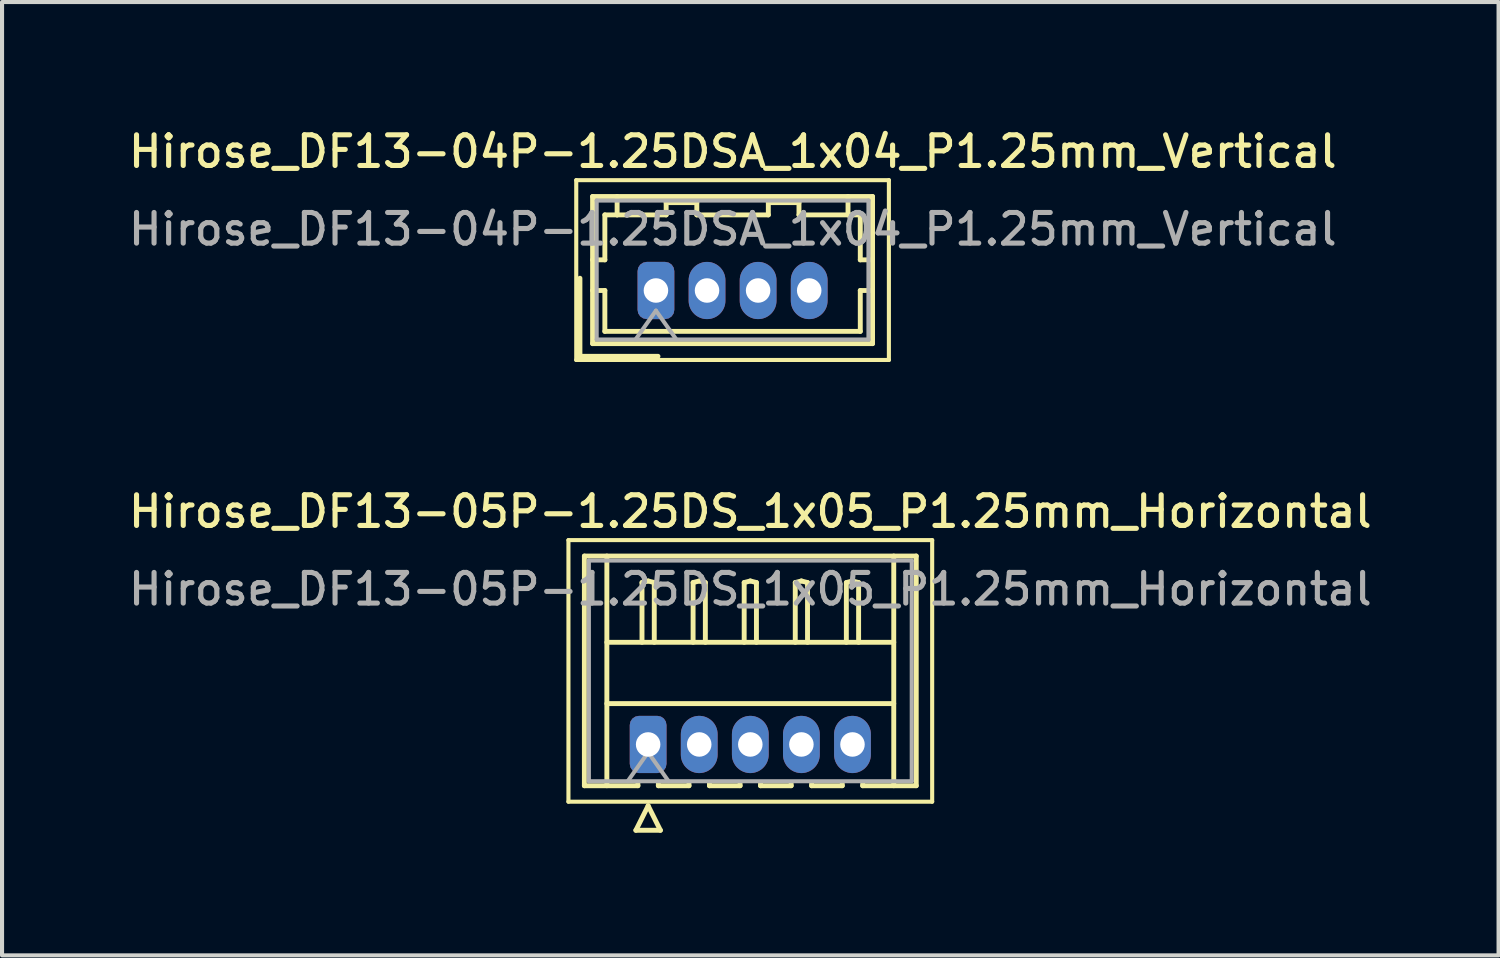
<source format=kicad_pcb>
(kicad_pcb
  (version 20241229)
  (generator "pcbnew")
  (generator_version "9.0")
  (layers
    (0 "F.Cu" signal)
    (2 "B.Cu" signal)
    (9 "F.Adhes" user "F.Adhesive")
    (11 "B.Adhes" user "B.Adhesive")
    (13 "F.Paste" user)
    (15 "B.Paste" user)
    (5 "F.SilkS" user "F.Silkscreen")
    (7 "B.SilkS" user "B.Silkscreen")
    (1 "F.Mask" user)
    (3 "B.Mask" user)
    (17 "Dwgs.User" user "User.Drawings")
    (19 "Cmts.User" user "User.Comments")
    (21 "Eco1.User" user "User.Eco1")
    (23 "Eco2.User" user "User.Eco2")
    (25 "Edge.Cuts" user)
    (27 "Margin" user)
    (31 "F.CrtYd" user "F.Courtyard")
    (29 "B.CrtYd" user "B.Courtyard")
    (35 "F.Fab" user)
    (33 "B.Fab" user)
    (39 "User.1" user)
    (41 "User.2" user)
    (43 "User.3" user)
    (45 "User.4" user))
  (footprint "Hirose_DF13-05P-1.25DS_1x05_P1.25mm_Horizontal"
    (layer "F.Cu")
    (at 12.809 15.166)
    (property "Reference" "Hirose_DF13-05P-1.25DS_1x05_P1.25mm_Horizontal" (at 2.5 -5.7 0) (layer "F.SilkS") (effects (font (size 0.75 0.75) (thickness 0.125))))
    (attr through_hole)
    (fp_line (start -1.95 -5) (end -1.95 1.4) (stroke (width 0.1) (type solid)) (layer "F.SilkS"))
    (fp_line (start -1.95 1.4) (end 6.95 1.4) (stroke (width 0.1) (type solid)) (layer "F.SilkS"))
    (fp_line (start -1.56 -4.61) (end 6.56 -4.61) (stroke (width 0.12) (type solid)) (layer "F.SilkS"))
    (fp_line (start -1.56 1.01) (end -1.56 -4.61) (stroke (width 0.12) (type solid)) (layer "F.SilkS"))
    (fp_line (start -1.01 -4.61) (end -1.01 1.01) (stroke (width 0.12) (type solid)) (layer "F.SilkS"))
    (fp_line (start -1.01 -2.5) (end 6.01 -2.5) (stroke (width 0.12) (type solid)) (layer "F.SilkS"))
    (fp_line (start -1.01 -1) (end 6.01 -1) (stroke (width 0.12) (type solid)) (layer "F.SilkS"))
    (fp_line (start -0.3 2.1) (end 0.3 2.1) (stroke (width 0.12) (type solid)) (layer "F.SilkS"))
    (fp_line (start -0.25 0.96) (end -0.25 1.01) (stroke (width 0.12) (type solid)) (layer "F.SilkS"))
    (fp_line (start -0.25 1.01) (end -1.56 1.01) (stroke (width 0.12) (type solid)) (layer "F.SilkS"))
    (fp_line (start -0.15 -3.962) (end 0 -4) (stroke (width 0.12) (type solid)) (layer "F.SilkS"))
    (fp_line (start -0.15 -2.5) (end -0.15 -3.962) (stroke (width 0.12) (type solid)) (layer "F.SilkS"))
    (fp_line (start 0 -4) (end 0.15 -3.962) (stroke (width 0.12) (type solid)) (layer "F.SilkS"))
    (fp_line (start 0 1.5) (end -0.3 2.1) (stroke (width 0.12) (type solid)) (layer "F.SilkS"))
    (fp_line (start 0.15 -3.962) (end 0.15 -2.5) (stroke (width 0.12) (type solid)) (layer "F.SilkS"))
    (fp_line (start 0.25 0.96) (end 0.25 1.01) (stroke (width 0.12) (type solid)) (layer "F.SilkS"))
    (fp_line (start 0.25 1.01) (end 1 1.01) (stroke (width 0.12) (type solid)) (layer "F.SilkS"))
    (fp_line (start 0.3 2.1) (end 0 1.5) (stroke (width 0.12) (type solid)) (layer "F.SilkS"))
    (fp_line (start 1 1.01) (end 1 0.96) (stroke (width 0.12) (type solid)) (layer "F.SilkS"))
    (fp_line (start 1.1 -3.962) (end 1.25 -4) (stroke (width 0.12) (type solid)) (layer "F.SilkS"))
    (fp_line (start 1.1 -2.5) (end 1.1 -3.962) (stroke (width 0.12) (type solid)) (layer "F.SilkS"))
    (fp_line (start 1.25 -4) (end 1.4 -3.962) (stroke (width 0.12) (type solid)) (layer "F.SilkS"))
    (fp_line (start 1.4 -3.962) (end 1.4 -2.5) (stroke (width 0.12) (type solid)) (layer "F.SilkS"))
    (fp_line (start 1.5 0.96) (end 1.5 1.01) (stroke (width 0.12) (type solid)) (layer "F.SilkS"))
    (fp_line (start 1.5 1.01) (end 2.25 1.01) (stroke (width 0.12) (type solid)) (layer "F.SilkS"))
    (fp_line (start 2.25 1.01) (end 2.25 0.96) (stroke (width 0.12) (type solid)) (layer "F.SilkS"))
    (fp_line (start 2.35 -3.962) (end 2.5 -4) (stroke (width 0.12) (type solid)) (layer "F.SilkS"))
    (fp_line (start 2.35 -2.5) (end 2.35 -3.962) (stroke (width 0.12) (type solid)) (layer "F.SilkS"))
    (fp_line (start 2.5 -4) (end 2.65 -3.962) (stroke (width 0.12) (type solid)) (layer "F.SilkS"))
    (fp_line (start 2.65 -3.962) (end 2.65 -2.5) (stroke (width 0.12) (type solid)) (layer "F.SilkS"))
    (fp_line (start 2.75 0.96) (end 2.75 1.01) (stroke (width 0.12) (type solid)) (layer "F.SilkS"))
    (fp_line (start 2.75 1.01) (end 3.5 1.01) (stroke (width 0.12) (type solid)) (layer "F.SilkS"))
    (fp_line (start 3.5 1.01) (end 3.5 0.96) (stroke (width 0.12) (type solid)) (layer "F.SilkS"))
    (fp_line (start 3.6 -3.962) (end 3.75 -4) (stroke (width 0.12) (type solid)) (layer "F.SilkS"))
    (fp_line (start 3.6 -2.5) (end 3.6 -3.962) (stroke (width 0.12) (type solid)) (layer "F.SilkS"))
    (fp_line (start 3.75 -4) (end 3.9 -3.962) (stroke (width 0.12) (type solid)) (layer "F.SilkS"))
    (fp_line (start 3.9 -3.962) (end 3.9 -2.5) (stroke (width 0.12) (type solid)) (layer "F.SilkS"))
    (fp_line (start 4 0.96) (end 4 1.01) (stroke (width 0.12) (type solid)) (layer "F.SilkS"))
    (fp_line (start 4 1.01) (end 4.75 1.01) (stroke (width 0.12) (type solid)) (layer "F.SilkS"))
    (fp_line (start 4.75 1.01) (end 4.75 0.96) (stroke (width 0.12) (type solid)) (layer "F.SilkS"))
    (fp_line (start 4.85 -3.962) (end 5 -4) (stroke (width 0.12) (type solid)) (layer "F.SilkS"))
    (fp_line (start 4.85 -2.5) (end 4.85 -3.962) (stroke (width 0.12) (type solid)) (layer "F.SilkS"))
    (fp_line (start 5 -4) (end 5.15 -3.962) (stroke (width 0.12) (type solid)) (layer "F.SilkS"))
    (fp_line (start 5.15 -3.962) (end 5.15 -2.5) (stroke (width 0.12) (type solid)) (layer "F.SilkS"))
    (fp_line (start 5.25 1.01) (end 5.25 0.96) (stroke (width 0.12) (type solid)) (layer "F.SilkS"))
    (fp_line (start 6.01 -4.61) (end 6.01 1.01) (stroke (width 0.12) (type solid)) (layer "F.SilkS"))
    (fp_line (start 6.56 -4.61) (end 6.56 1.01) (stroke (width 0.12) (type solid)) (layer "F.SilkS"))
    (fp_line (start 6.56 1.01) (end 5.25 1.01) (stroke (width 0.12) (type solid)) (layer "F.SilkS"))
    (fp_line (start 6.95 -5) (end -1.95 -5) (stroke (width 0.1) (type solid)) (layer "F.SilkS"))
    (fp_line (start 6.95 1.4) (end 6.95 -5) (stroke (width 0.1) (type solid)) (layer "F.SilkS"))
    (fp_line (start -1.45 -4.5) (end -1.45 0.9) (stroke (width 0.1) (type solid)) (layer "F.Fab"))
    (fp_line (start -1.45 0.9) (end 6.45 0.9) (stroke (width 0.1) (type solid)) (layer "F.Fab"))
    (fp_line (start -0.5 0.9) (end 0 0.193) (stroke (width 0.1) (type solid)) (layer "F.Fab"))
    (fp_line (start 0 0.193) (end 0.5 0.9) (stroke (width 0.1) (type solid)) (layer "F.Fab"))
    (fp_line (start 6.45 -4.5) (end -1.45 -4.5) (stroke (width 0.1) (type solid)) (layer "F.Fab"))
    (fp_line (start 6.45 0.9) (end 6.45 -4.5) (stroke (width 0.1) (type solid)) (layer "F.Fab"))
    (fp_text user "${REFERENCE}" (at 2.5 -3.8 0) (layer "F.Fab") (effects (font (size 0.75 0.75) (thickness 0.125))))
    (pad "1" thru_hole roundrect (at 0 0) (size 0.9 1.4) (drill 0.6) (layers "*.Cu" "*.Mask") (roundrect_rratio 0.25))
    (pad "2" thru_hole oval (at 1.25 0) (size 0.9 1.4) (drill 0.6) (layers "*.Cu" "*.Mask"))
    (pad "3" thru_hole oval (at 2.5 0) (size 0.9 1.4) (drill 0.6) (layers "*.Cu" "*.Mask"))
    (pad "4" thru_hole oval (at 3.75 0) (size 0.9 1.4) (drill 0.6) (layers "*.Cu" "*.Mask"))
    (pad "5" thru_hole oval (at 5 0) (size 0.9 1.4) (drill 0.6) (layers "*.Cu" "*.Mask")))
  (footprint "Hirose_DF13-04P-1.25DSA_1x04_P1.25mm_Vertical"
    (layer "F.Cu")
    (at 13 4.058)
    (property "Reference" "Hirose_DF13-04P-1.25DSA_1x04_P1.25mm_Vertical" (at 1.88 -3.4 0) (layer "F.SilkS") (effects (font (size 0.75 0.75) (thickness 0.125))))
    (attr through_hole)
    (fp_line (start -1.95 -2.7) (end -1.95 1.7) (stroke (width 0.1) (type solid)) (layer "F.SilkS"))
    (fp_line (start -1.95 1.7) (end 5.7 1.7) (stroke (width 0.1) (type solid)) (layer "F.SilkS"))
    (fp_line (start -1.86 -0.3) (end -1.86 1.61) (stroke (width 0.12) (type solid)) (layer "F.SilkS"))
    (fp_line (start -1.86 1.61) (end 0.05 1.61) (stroke (width 0.12) (type solid)) (layer "F.SilkS"))
    (fp_line (start -1.55 -2.3) (end -1.55 1.3) (stroke (width 0.12) (type solid)) (layer "F.SilkS"))
    (fp_line (start -1.55 -0.75) (end -1.25 -0.75) (stroke (width 0.12) (type solid)) (layer "F.SilkS"))
    (fp_line (start -1.55 0) (end -1.25 0) (stroke (width 0.12) (type solid)) (layer "F.SilkS"))
    (fp_line (start -1.55 1.3) (end 5.3 1.3) (stroke (width 0.12) (type solid)) (layer "F.SilkS"))
    (fp_line (start -1.25 -1.85) (end -0.95 -1.85) (stroke (width 0.12) (type solid)) (layer "F.SilkS"))
    (fp_line (start -1.25 -0.75) (end -1.25 -1.85) (stroke (width 0.12) (type solid)) (layer "F.SilkS"))
    (fp_line (start -1.25 0) (end -1.25 1) (stroke (width 0.12) (type solid)) (layer "F.SilkS"))
    (fp_line (start -1.25 1) (end 5 1) (stroke (width 0.12) (type solid)) (layer "F.SilkS"))
    (fp_line (start -0.95 -1.85) (end -0.95 -2.3) (stroke (width 0.12) (type solid)) (layer "F.SilkS"))
    (fp_line (start -0.95 -1.85) (end 0.25 -1.85) (stroke (width 0.12) (type solid)) (layer "F.SilkS"))
    (fp_line (start 0.25 -2.15) (end 1 -2.15) (stroke (width 0.12) (type solid)) (layer "F.SilkS"))
    (fp_line (start 0.25 -1.85) (end 0.25 -2.15) (stroke (width 0.12) (type solid)) (layer "F.SilkS"))
    (fp_line (start 1 -2.15) (end 1 -1.85) (stroke (width 0.12) (type solid)) (layer "F.SilkS"))
    (fp_line (start 1 -1.85) (end 2.75 -1.85) (stroke (width 0.12) (type solid)) (layer "F.SilkS"))
    (fp_line (start 2.75 -2.15) (end 3.5 -2.15) (stroke (width 0.12) (type solid)) (layer "F.SilkS"))
    (fp_line (start 2.75 -1.85) (end 2.75 -2.15) (stroke (width 0.12) (type solid)) (layer "F.SilkS"))
    (fp_line (start 3.5 -2.15) (end 3.5 -1.85) (stroke (width 0.12) (type solid)) (layer "F.SilkS"))
    (fp_line (start 3.5 -1.85) (end 4.7 -1.85) (stroke (width 0.12) (type solid)) (layer "F.SilkS"))
    (fp_line (start 4.7 -1.85) (end 4.7 -2.3) (stroke (width 0.12) (type solid)) (layer "F.SilkS"))
    (fp_line (start 5 -1.85) (end 4.7 -1.85) (stroke (width 0.12) (type solid)) (layer "F.SilkS"))
    (fp_line (start 5 -0.75) (end 5 -1.85) (stroke (width 0.12) (type solid)) (layer "F.SilkS"))
    (fp_line (start 5 0) (end 5.3 0) (stroke (width 0.12) (type solid)) (layer "F.SilkS"))
    (fp_line (start 5 1) (end 5 0) (stroke (width 0.12) (type solid)) (layer "F.SilkS"))
    (fp_line (start 5.3 -2.3) (end -1.55 -2.3) (stroke (width 0.12) (type solid)) (layer "F.SilkS"))
    (fp_line (start 5.3 -0.75) (end 5 -0.75) (stroke (width 0.12) (type solid)) (layer "F.SilkS"))
    (fp_line (start 5.3 1.3) (end 5.3 -2.3) (stroke (width 0.12) (type solid)) (layer "F.SilkS"))
    (fp_line (start 5.7 -2.7) (end -1.95 -2.7) (stroke (width 0.1) (type solid)) (layer "F.SilkS"))
    (fp_line (start 5.7 1.7) (end 5.7 -2.7) (stroke (width 0.1) (type solid)) (layer "F.SilkS"))
    (fp_line (start -1.45 -2.2) (end -1.45 1.2) (stroke (width 0.1) (type solid)) (layer "F.Fab"))
    (fp_line (start -1.45 1.2) (end 5.2 1.2) (stroke (width 0.1) (type solid)) (layer "F.Fab"))
    (fp_line (start -0.5 1.2) (end 0 0.493) (stroke (width 0.1) (type solid)) (layer "F.Fab"))
    (fp_line (start 0 0.493) (end 0.5 1.2) (stroke (width 0.1) (type solid)) (layer "F.Fab"))
    (fp_line (start 5.2 -2.2) (end -1.45 -2.2) (stroke (width 0.1) (type solid)) (layer "F.Fab"))
    (fp_line (start 5.2 1.2) (end 5.2 -2.2) (stroke (width 0.1) (type solid)) (layer "F.Fab"))
    (fp_text user "${REFERENCE}" (at 1.88 -1.5 0) (layer "F.Fab") (effects (font (size 0.75 0.75) (thickness 0.125))))
    (pad "1" thru_hole roundrect (at 0 0) (size 0.9 1.4) (drill 0.6) (layers "*.Cu" "*.Mask") (roundrect_rratio 0.25))
    (pad "2" thru_hole oval (at 1.25 0) (size 0.9 1.4) (drill 0.6) (layers "*.Cu" "*.Mask"))
    (pad "3" thru_hole oval (at 2.5 0) (size 0.9 1.4) (drill 0.6) (layers "*.Cu" "*.Mask"))
    (pad "4" thru_hole oval (at 3.75 0) (size 0.9 1.4) (drill 0.6) (layers "*.Cu" "*.Mask")))
  (gr_rect
    (start -3 -3)
    (end 33.618 20.326)
    (stroke (width 0.1) (type default))
    (fill no)
    (layer "Edge.Cuts")))
</source>
